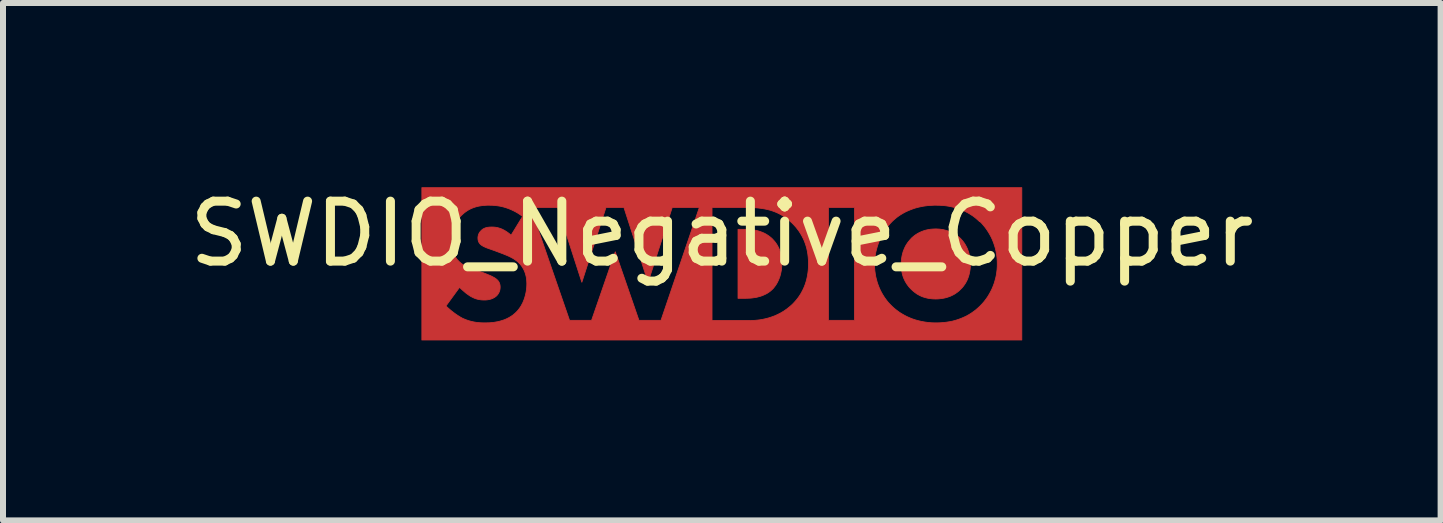
<source format=kicad_pcb>
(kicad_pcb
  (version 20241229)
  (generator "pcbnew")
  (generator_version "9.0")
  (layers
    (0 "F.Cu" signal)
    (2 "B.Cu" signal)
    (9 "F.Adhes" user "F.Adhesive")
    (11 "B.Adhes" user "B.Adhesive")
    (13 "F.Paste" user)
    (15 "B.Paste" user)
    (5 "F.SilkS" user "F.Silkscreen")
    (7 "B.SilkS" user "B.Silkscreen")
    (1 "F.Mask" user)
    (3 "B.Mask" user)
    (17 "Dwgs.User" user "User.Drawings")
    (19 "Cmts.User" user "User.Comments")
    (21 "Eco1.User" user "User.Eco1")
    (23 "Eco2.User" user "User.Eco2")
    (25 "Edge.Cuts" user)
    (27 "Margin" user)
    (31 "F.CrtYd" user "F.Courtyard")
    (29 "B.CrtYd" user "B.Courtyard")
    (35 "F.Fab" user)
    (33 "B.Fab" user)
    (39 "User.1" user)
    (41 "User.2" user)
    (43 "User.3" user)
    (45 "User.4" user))
  (footprint "SWDIO_Negative_Copper"
    (layer "F.Cu")
    (at 8.982 1.348)
    (property "Reference" "SWDIO_Negative_Copper" (at 0 -0.5 0) (unlocked yes) (layer "F.SilkS") (effects (font (size 1 1) (thickness 0.15))))
    (fp_poly (pts (xy 0.439 -0.574) (xy 0.467 -0.572) (xy 0.495 -0.57) (xy 0.524 -0.566) (xy 0.554 -0.561) (xy 0.584 -0.555) (xy 0.614 -0.547) (xy 0.644 -0.537) (xy 0.674 -0.526) (xy 0.704 -0.513) (xy 0.733 -0.498) (xy 0.762 -0.48) (xy 0.791 -0.46) (xy 0.819 -0.438) (xy 0.832 -0.426) (xy 0.846 -0.413) (xy 0.859 -0.398) (xy 0.873 -0.383) (xy 0.887 -0.366) (xy 0.901 -0.347) (xy 0.914 -0.328) (xy 0.927 -0.307) (xy 0.939 -0.284) (xy 0.951 -0.26) (xy 0.962 -0.235) (xy 0.971 -0.207) (xy 0.98 -0.178) (xy 0.987 -0.148) (xy 0.993 -0.115) (xy 0.997 -0.081) (xy 1 -0.045) (xy 1.001 -0.007) (xy 1 0.031) (xy 0.997 0.069) (xy 0.993 0.105) (xy 0.986 0.14) (xy 0.979 0.174) (xy 0.97 0.206) (xy 0.959 0.237) (xy 0.947 0.267) (xy 0.934 0.295) (xy 0.92 0.322) (xy 0.905 0.347) (xy 0.889 0.37) (xy 0.872 0.392) (xy 0.855 0.413) (xy 0.836 0.431) (xy 0.817 0.448) (xy 0.804 0.459) (xy 0.79 0.469) (xy 0.776 0.479) (xy 0.762 0.488) (xy 0.748 0.496) (xy 0.733 0.504) (xy 0.703 0.518) (xy 0.673 0.531) (xy 0.643 0.541) (xy 0.613 0.549) (xy 0.584 0.557) (xy 0.554 0.562) (xy 0.526 0.566) (xy 0.499 0.57) (xy 0.473 0.572) (xy 0.426 0.574) (xy 0.387 0.575) (xy 0.27 0.575) (xy 0.27 -0.575) (xy 0.387 -0.575)) (stroke (width 0.013) (type solid)) (fill yes) (layer "F.Cu"))
    (fp_poly (pts (xy 3.598 -0.581) (xy 3.629 -0.579) (xy 3.66 -0.575) (xy 3.691 -0.57) (xy 3.72 -0.563) (xy 3.749 -0.555) (xy 3.777 -0.546) (xy 3.804 -0.535) (xy 3.83 -0.524) (xy 3.855 -0.511) (xy 3.879 -0.498) (xy 3.902 -0.484) (xy 3.924 -0.469) (xy 3.945 -0.453) (xy 3.964 -0.437) (xy 3.982 -0.42) (xy 3.997 -0.403) (xy 4.013 -0.385) (xy 4.028 -0.366) (xy 4.043 -0.345) (xy 4.057 -0.323) (xy 4.07 -0.3) (xy 4.083 -0.275) (xy 4.095 -0.249) (xy 4.105 -0.222) (xy 4.115 -0.193) (xy 4.123 -0.164) (xy 4.131 -0.133) (xy 4.136 -0.1) (xy 4.14 -0.067) (xy 4.143 -0.032) (xy 4.144 0.004) (xy 4.144 0.023) (xy 4.143 0.043) (xy 4.142 0.062) (xy 4.14 0.08) (xy 4.138 0.099) (xy 4.135 0.116) (xy 4.132 0.133) (xy 4.129 0.15) (xy 4.125 0.166) (xy 4.121 0.182) (xy 4.117 0.197) (xy 4.112 0.212) (xy 4.102 0.241) (xy 4.091 0.268) (xy 4.078 0.293) (xy 4.066 0.316) (xy 4.052 0.338) (xy 4.038 0.358) (xy 4.024 0.377) (xy 4.01 0.394) (xy 3.996 0.409) (xy 3.982 0.423) (xy 3.965 0.44) (xy 3.946 0.457) (xy 3.927 0.472) (xy 3.906 0.487) (xy 3.884 0.502) (xy 3.861 0.515) (xy 3.837 0.527) (xy 3.812 0.539) (xy 3.785 0.549) (xy 3.758 0.558) (xy 3.729 0.566) (xy 3.698 0.573) (xy 3.667 0.578) (xy 3.634 0.582) (xy 3.601 0.585) (xy 3.565 0.586) (xy 3.538 0.585) (xy 3.512 0.584) (xy 3.485 0.581) (xy 3.458 0.578) (xy 3.432 0.573) (xy 3.406 0.567) (xy 3.381 0.56) (xy 3.355 0.552) (xy 3.33 0.542) (xy 3.305 0.531) (xy 3.281 0.518) (xy 3.256 0.504) (xy 3.233 0.488) (xy 3.209 0.47) (xy 3.186 0.451) (xy 3.163 0.43) (xy 3.142 0.409) (xy 3.122 0.387) (xy 3.104 0.364) (xy 3.087 0.341) (xy 3.072 0.317) (xy 3.057 0.292) (xy 3.045 0.267) (xy 3.033 0.241) (xy 3.023 0.215) (xy 3.014 0.187) (xy 3.007 0.159) (xy 3.001 0.13) (xy 2.996 0.101) (xy 2.993 0.07) (xy 2.991 0.039) (xy 2.99 0.007) (xy 2.991 -0.012) (xy 2.991 -0.031) (xy 2.993 -0.05) (xy 2.994 -0.068) (xy 2.996 -0.086) (xy 2.999 -0.103) (xy 3.002 -0.12) (xy 3.005 -0.137) (xy 3.013 -0.169) (xy 3.021 -0.199) (xy 3.032 -0.228) (xy 3.043 -0.255) (xy 3.055 -0.281) (xy 3.068 -0.306) (xy 3.082 -0.328) (xy 3.096 -0.35) (xy 3.111 -0.369) (xy 3.126 -0.388) (xy 3.141 -0.405) (xy 3.156 -0.42) (xy 3.153 -0.42) (xy 3.172 -0.438) (xy 3.193 -0.456) (xy 3.214 -0.473) (xy 3.236 -0.488) (xy 3.259 -0.503) (xy 3.283 -0.516) (xy 3.307 -0.528) (xy 3.333 -0.539) (xy 3.359 -0.549) (xy 3.386 -0.558) (xy 3.414 -0.565) (xy 3.442 -0.571) (xy 3.472 -0.576) (xy 3.502 -0.579) (xy 3.533 -0.581) (xy 3.565 -0.582)) (stroke (width 0.013) (type solid)) (fill yes) (layer "F.Cu"))
    (fp_poly (pts (xy 5.001 1.27) (xy -5 1.27) (xy -5 0.702) (xy -4.598 0.702) (xy -4.57 0.729) (xy -4.538 0.757) (xy -4.505 0.785) (xy -4.47 0.812) (xy -4.433 0.839) (xy -4.414 0.852) (xy -4.396 0.864) (xy -4.377 0.875) (xy -4.359 0.887) (xy -4.341 0.897) (xy -4.323 0.907) (xy -4.3 0.917) (xy -4.278 0.926) (xy -4.255 0.935) (xy -4.232 0.943) (xy -4.21 0.95) (xy -4.187 0.956) (xy -4.164 0.962) (xy -4.141 0.967) (xy -4.118 0.971) (xy -4.094 0.975) (xy -4.071 0.978) (xy -4.047 0.98) (xy -4.023 0.982) (xy -3.998 0.983) (xy -3.974 0.984) (xy -3.949 0.984) (xy -3.897 0.983) (xy -3.868 0.982) (xy -3.837 0.979) (xy -3.804 0.976) (xy -3.77 0.97) (xy -3.734 0.964) (xy -3.698 0.955) (xy -3.665 0.945) (xy -0.163 0.945) (xy 0.447 0.945) (xy 0.513 0.944) (xy 0.548 0.942) (xy 1.777 0.942) (xy 2.211 0.942) (xy 2.211 0.011) (xy 2.546 0.011) (xy 2.547 0.062) (xy 2.551 0.113) (xy 2.558 0.163) (xy 2.566 0.212) (xy 2.578 0.26) (xy 2.591 0.308) (xy 2.607 0.354) (xy 2.625 0.4) (xy 2.645 0.444) (xy 2.667 0.486) (xy 2.691 0.527) (xy 2.717 0.567) (xy 2.745 0.605) (xy 2.774 0.642) (xy 2.806 0.676) (xy 2.839 0.709) (xy 2.866 0.734) (xy 2.896 0.759) (xy 2.929 0.784) (xy 2.963 0.809) (xy 3 0.832) (xy 3.04 0.855) (xy 3.082 0.877) (xy 3.126 0.897) (xy 3.173 0.916) (xy 3.223 0.933) (xy 3.274 0.947) (xy 3.329 0.96) (xy 3.386 0.97) (xy 3.445 0.978) (xy 3.508 0.983) (xy 3.572 0.984) (xy 3.63 0.983) (xy 3.687 0.979) (xy 3.741 0.973) (xy 3.794 0.965) (xy 3.845 0.955) (xy 3.894 0.942) (xy 3.941 0.927) (xy 3.987 0.91) (xy 4.032 0.891) (xy 4.075 0.871) (xy 4.116 0.848) (xy 4.155 0.824) (xy 4.194 0.797) (xy 4.23 0.77) (xy 4.265 0.74) (xy 4.299 0.709) (xy 4.336 0.671) (xy 4.37 0.632) (xy 4.401 0.592) (xy 4.43 0.551) (xy 4.456 0.508) (xy 4.48 0.465) (xy 4.502 0.421) (xy 4.521 0.376) (xy 4.538 0.331) (xy 4.552 0.285) (xy 4.565 0.238) (xy 4.575 0.192) (xy 4.582 0.145) (xy 4.588 0.098) (xy 4.591 0.051) (xy 4.592 0.004) (xy 4.591 -0.051) (xy 4.587 -0.104) (xy 4.58 -0.156) (xy 4.571 -0.207) (xy 4.56 -0.257) (xy 4.546 -0.305) (xy 4.53 -0.352) (xy 4.512 -0.398) (xy 4.492 -0.442) (xy 4.469 -0.485) (xy 4.445 -0.526) (xy 4.419 -0.566) (xy 4.392 -0.604) (xy 4.362 -0.641) (xy 4.332 -0.676) (xy 4.299 -0.709) (xy 4.299 -0.702) (xy 4.263 -0.735) (xy 4.226 -0.767) (xy 4.188 -0.796) (xy 4.148 -0.822) (xy 4.107 -0.847) (xy 4.064 -0.87) (xy 4.021 -0.89) (xy 3.976 -0.908) (xy 3.929 -0.925) (xy 3.882 -0.938) (xy 3.833 -0.95) (xy 3.783 -0.96) (xy 3.732 -0.968) (xy 3.68 -0.973) (xy 3.627 -0.976) (xy 3.572 -0.977) (xy 3.538 -0.977) (xy 3.503 -0.975) (xy 3.47 -0.973) (xy 3.438 -0.971) (xy 3.406 -0.967) (xy 3.375 -0.963) (xy 3.345 -0.958) (xy 3.316 -0.952) (xy 3.287 -0.946) (xy 3.26 -0.939) (xy 3.233 -0.932) (xy 3.207 -0.924) (xy 3.157 -0.906) (xy 3.11 -0.887) (xy 3.066 -0.867) (xy 3.025 -0.845) (xy 2.986 -0.822) (xy 2.951 -0.799) (xy 2.918 -0.775) (xy 2.888 -0.75) (xy 2.86 -0.726) (xy 2.835 -0.702) (xy 2.804 -0.669) (xy 2.774 -0.634) (xy 2.746 -0.597) (xy 2.719 -0.558) (xy 2.693 -0.517) (xy 2.669 -0.475) (xy 2.647 -0.431) (xy 2.627 -0.385) (xy 2.609 -0.339) (xy 2.593 -0.291) (xy 2.579 -0.243) (xy 2.567 -0.193) (xy 2.558 -0.143) (xy 2.551 -0.092) (xy 2.547 -0.041) (xy 2.546 0.011) (xy 2.211 0.011) (xy 2.211 -0.938) (xy 1.777 -0.938) (xy 1.777 0.942) (xy 0.548 0.942) (xy 0.551 0.942) (xy 0.591 0.938) (xy 0.635 0.933) (xy 0.681 0.925) (xy 0.728 0.915) (xy 0.778 0.902) (xy 0.828 0.886) (xy 0.88 0.867) (xy 0.931 0.844) (xy 0.984 0.817) (xy 1.036 0.786) (xy 1.087 0.75) (xy 1.138 0.709) (xy 1.163 0.687) (xy 1.188 0.663) (xy 1.216 0.633) (xy 1.243 0.602) (xy 1.269 0.569) (xy 1.293 0.535) (xy 1.316 0.499) (xy 1.337 0.461) (xy 1.357 0.422) (xy 1.375 0.381) (xy 1.391 0.339) (xy 1.405 0.295) (xy 1.417 0.25) (xy 1.427 0.202) (xy 1.435 0.153) (xy 1.441 0.103) (xy 1.444 0.051) (xy 1.445 -0.004) (xy 1.444 -0.058) (xy 1.44 -0.11) (xy 1.434 -0.161) (xy 1.426 -0.21) (xy 1.416 -0.257) (xy 1.403 -0.303) (xy 1.388 -0.347) (xy 1.372 -0.389) (xy 1.353 -0.43) (xy 1.332 -0.47) (xy 1.31 -0.508) (xy 1.286 -0.545) (xy 1.26 -0.58) (xy 1.233 -0.614) (xy 1.204 -0.646) (xy 1.174 -0.677) (xy 1.13 -0.717) (xy 1.086 -0.753) (xy 1.041 -0.785) (xy 0.996 -0.813) (xy 0.95 -0.838) (xy 0.904 -0.859) (xy 0.857 -0.877) (xy 0.81 -0.893) (xy 0.763 -0.905) (xy 0.715 -0.915) (xy 0.668 -0.923) (xy 0.62 -0.929) (xy 0.573 -0.934) (xy 0.526 -0.936) (xy 0.479 -0.938) (xy 0.433 -0.938) (xy -0.163 -0.938) (xy -0.163 0.945) (xy -3.665 0.945) (xy -3.662 0.944) (xy -3.625 0.932) (xy -3.588 0.916) (xy -3.552 0.898) (xy -3.516 0.877) (xy -3.499 0.865) (xy -3.481 0.853) (xy -3.465 0.839) (xy -3.448 0.825) (xy -3.432 0.81) (xy -3.416 0.794) (xy -3.398 0.774) (xy -3.381 0.752) (xy -3.364 0.729) (xy -3.348 0.705) (xy -3.334 0.679) (xy -3.32 0.653) (xy -3.308 0.625) (xy -3.296 0.595) (xy -3.286 0.565) (xy -3.277 0.534) (xy -3.269 0.501) (xy -3.262 0.468) (xy -3.257 0.434) (xy -3.253 0.4) (xy -3.251 0.364) (xy -3.25 0.328) (xy -3.251 0.307) (xy -3.252 0.286) (xy -3.254 0.264) (xy -3.256 0.242) (xy -3.26 0.22) (xy -3.265 0.197) (xy -3.271 0.175) (xy -3.278 0.152) (xy -3.286 0.13) (xy -3.296 0.107) (xy -3.307 0.085) (xy -3.32 0.063) (xy -3.334 0.041) (xy -3.35 0.02) (xy -3.368 -0.001) (xy -3.388 -0.021) (xy -3.402 -0.034) (xy -3.417 -0.046) (xy -3.432 -0.058) (xy -3.448 -0.069) (xy -3.464 -0.08) (xy -3.48 -0.09) (xy -3.497 -0.099) (xy -3.514 -0.108) (xy -3.531 -0.117) (xy -3.548 -0.125) (xy -3.581 -0.14) (xy -3.614 -0.153) (xy -3.645 -0.166) (xy -3.786 -0.219) (xy -3.871 -0.249) (xy -3.905 -0.261) (xy -3.921 -0.267) (xy -3.935 -0.273) (xy -3.949 -0.279) (xy -3.961 -0.285) (xy -3.973 -0.29) (xy -3.984 -0.297) (xy -3.995 -0.303) (xy -4.005 -0.31) (xy -4.014 -0.317) (xy -4.023 -0.325) (xy -4.028 -0.33) (xy -4.033 -0.335) (xy -4.037 -0.341) (xy -4.041 -0.347) (xy -4.045 -0.352) (xy -4.049 -0.358) (xy -4.052 -0.365) (xy -4.055 -0.371) (xy -4.057 -0.377) (xy -4.059 -0.384) (xy -4.061 -0.391) (xy -4.062 -0.398) (xy -4.064 -0.406) (xy -4.064 -0.414) (xy -4.065 -0.422) (xy -4.065 -0.43) (xy -4.065 -0.44) (xy -4.064 -0.449) (xy -4.063 -0.457) (xy -4.061 -0.466) (xy -4.059 -0.474) (xy -4.057 -0.483) (xy -4.054 -0.491) (xy -4.051 -0.498) (xy -4.048 -0.506) (xy -4.044 -0.513) (xy -4.04 -0.52) (xy -4.035 -0.527) (xy -4.031 -0.533) (xy -4.026 -0.539) (xy -4.021 -0.545) (xy -4.016 -0.55) (xy -4.011 -0.555) (xy -4.006 -0.56) (xy -4.001 -0.565) (xy -3.996 -0.569) (xy -3.986 -0.577) (xy -3.975 -0.584) (xy -3.963 -0.59) (xy -3.952 -0.595) (xy -3.94 -0.6) (xy -3.928 -0.603) (xy -3.916 -0.606) (xy -3.904 -0.609) (xy -3.891 -0.61) (xy -3.879 -0.612) (xy -3.867 -0.613) (xy -3.855 -0.613) (xy -3.832 -0.614) (xy -3.808 -0.613) (xy -3.794 -0.612) (xy -3.779 -0.611) (xy -3.762 -0.608) (xy -3.744 -0.605) (xy -3.725 -0.6) (xy -3.705 -0.594) (xy -3.684 -0.587) (xy -3.662 -0.578) (xy -3.64 -0.567) (xy -3.616 -0.554) (xy -3.592 -0.539) (xy -3.567 -0.522) (xy -3.541 -0.502) (xy -3.515 -0.48) (xy -3.515 -0.473) (xy -3.321 -0.79) (xy -3.362 -0.82) (xy -3.402 -0.846) (xy -3.442 -0.869) (xy -3.482 -0.889) (xy -3.521 -0.907) (xy -3.559 -0.922) (xy -3.596 -0.935) (xy -3.607 -0.938) (xy -3.187 -0.938) (xy -2.538 0.942) (xy -2.171 0.942) (xy -1.776 -0.201) (xy -1.381 0.942) (xy -1.014 0.942) (xy -0.375 -0.938) (xy -0.827 -0.938) (xy -1.229 0.307) (xy -1.631 -0.938) (xy -1.931 -0.938) (xy -2.333 0.307) (xy -2.735 -0.938) (xy -3.187 -0.938) (xy -3.607 -0.938) (xy -3.633 -0.946) (xy -3.668 -0.955) (xy -3.702 -0.962) (xy -3.735 -0.967) (xy -3.767 -0.971) (xy -3.797 -0.974) (xy -3.826 -0.976) (xy -3.878 -0.977) (xy -3.911 -0.977) (xy -3.943 -0.975) (xy -3.975 -0.973) (xy -4.006 -0.969) (xy -4.037 -0.964) (xy -4.068 -0.958) (xy -4.098 -0.95) (xy -4.127 -0.941) (xy -4.156 -0.93) (xy -4.184 -0.918) (xy -4.212 -0.904) (xy -4.239 -0.888) (xy -4.266 -0.87) (xy -4.293 -0.85) (xy -4.318 -0.828) (xy -4.344 -0.804) (xy -4.364 -0.782) (xy -4.383 -0.76) (xy -4.401 -0.736) (xy -4.417 -0.712) (xy -4.431 -0.688) (xy -4.445 -0.663) (xy -4.457 -0.637) (xy -4.467 -0.611) (xy -4.477 -0.584) (xy -4.485 -0.557) (xy -4.491 -0.529) (xy -4.497 -0.501) (xy -4.501 -0.472) (xy -4.504 -0.442) (xy -4.506 -0.412) (xy -4.506 -0.381) (xy -4.505 -0.345) (xy -4.504 -0.325) (xy -4.502 -0.305) (xy -4.5 -0.285) (xy -4.496 -0.264) (xy -4.492 -0.243) (xy -4.487 -0.221) (xy -4.48 -0.199) (xy -4.472 -0.177) (xy -4.463 -0.156) (xy -4.453 -0.134) (xy -4.44 -0.113) (xy -4.426 -0.093) (xy -4.411 -0.072) (xy -4.402 -0.063) (xy -4.393 -0.053) (xy -4.38 -0.039) (xy -4.365 -0.026) (xy -4.35 -0.013) (xy -4.335 -0.001) (xy -4.319 0.009) (xy -4.303 0.02) (xy -4.286 0.029) (xy -4.269 0.038) (xy -4.252 0.047) (xy -4.235 0.055) (xy -4.2 0.07) (xy -4.166 0.083) (xy -4.132 0.095) (xy -3.977 0.148) (xy -3.927 0.168) (xy -3.898 0.18) (xy -3.866 0.193) (xy -3.835 0.207) (xy -3.82 0.215) (xy -3.806 0.223) (xy -3.792 0.23) (xy -3.78 0.238) (xy -3.768 0.246) (xy -3.758 0.254) (xy -3.751 0.26) (xy -3.744 0.266) (xy -3.738 0.273) (xy -3.732 0.279) (xy -3.726 0.286) (xy -3.721 0.294) (xy -3.716 0.301) (xy -3.712 0.309) (xy -3.708 0.317) (xy -3.705 0.326) (xy -3.702 0.335) (xy -3.699 0.345) (xy -3.697 0.355) (xy -3.696 0.365) (xy -3.695 0.376) (xy -3.695 0.388) (xy -3.695 0.395) (xy -3.695 0.401) (xy -3.696 0.407) (xy -3.696 0.414) (xy -3.697 0.42) (xy -3.698 0.426) (xy -3.699 0.431) (xy -3.7 0.437) (xy -3.702 0.443) (xy -3.703 0.448) (xy -3.707 0.459) (xy -3.711 0.469) (xy -3.715 0.478) (xy -3.72 0.488) (xy -3.725 0.496) (xy -3.731 0.505) (xy -3.736 0.513) (xy -3.742 0.52) (xy -3.749 0.527) (xy -3.755 0.534) (xy -3.762 0.54) (xy -3.774 0.549) (xy -3.786 0.558) (xy -3.799 0.565) (xy -3.811 0.572) (xy -3.824 0.578) (xy -3.837 0.583) (xy -3.85 0.588) (xy -3.863 0.591) (xy -3.876 0.595) (xy -3.889 0.597) (xy -3.901 0.599) (xy -3.914 0.601) (xy -3.926 0.602) (xy -3.937 0.603) (xy -3.948 0.603) (xy -3.959 0.603) (xy -3.976 0.603) (xy -3.992 0.602) (xy -4.008 0.601) (xy -4.023 0.599) (xy -4.038 0.597) (xy -4.053 0.594) (xy -4.068 0.591) (xy -4.083 0.587) (xy -4.097 0.583) (xy -4.112 0.578) (xy -4.126 0.572) (xy -4.14 0.566) (xy -4.154 0.559) (xy -4.168 0.552) (xy -4.182 0.545) (xy -4.196 0.536) (xy -4.206 0.53) (xy -4.216 0.523) (xy -4.227 0.515) (xy -4.239 0.507) (xy -4.262 0.49) (xy -4.285 0.471) (xy -4.308 0.451) (xy -4.331 0.431) (xy -4.352 0.411) (xy -4.372 0.392) (xy -4.598 0.702) (xy -5 0.702) (xy -5 -1.27) (xy 5.001 -1.27)) (stroke (width 0.013) (type solid)) (fill yes) (layer "F.Cu")))
  (gr_rect
    (start -3 -3)
    (end 20.964 5.625)
    (stroke (width 0.1) (type default))
    (fill no)
    (layer "Edge.Cuts")))
</source>
